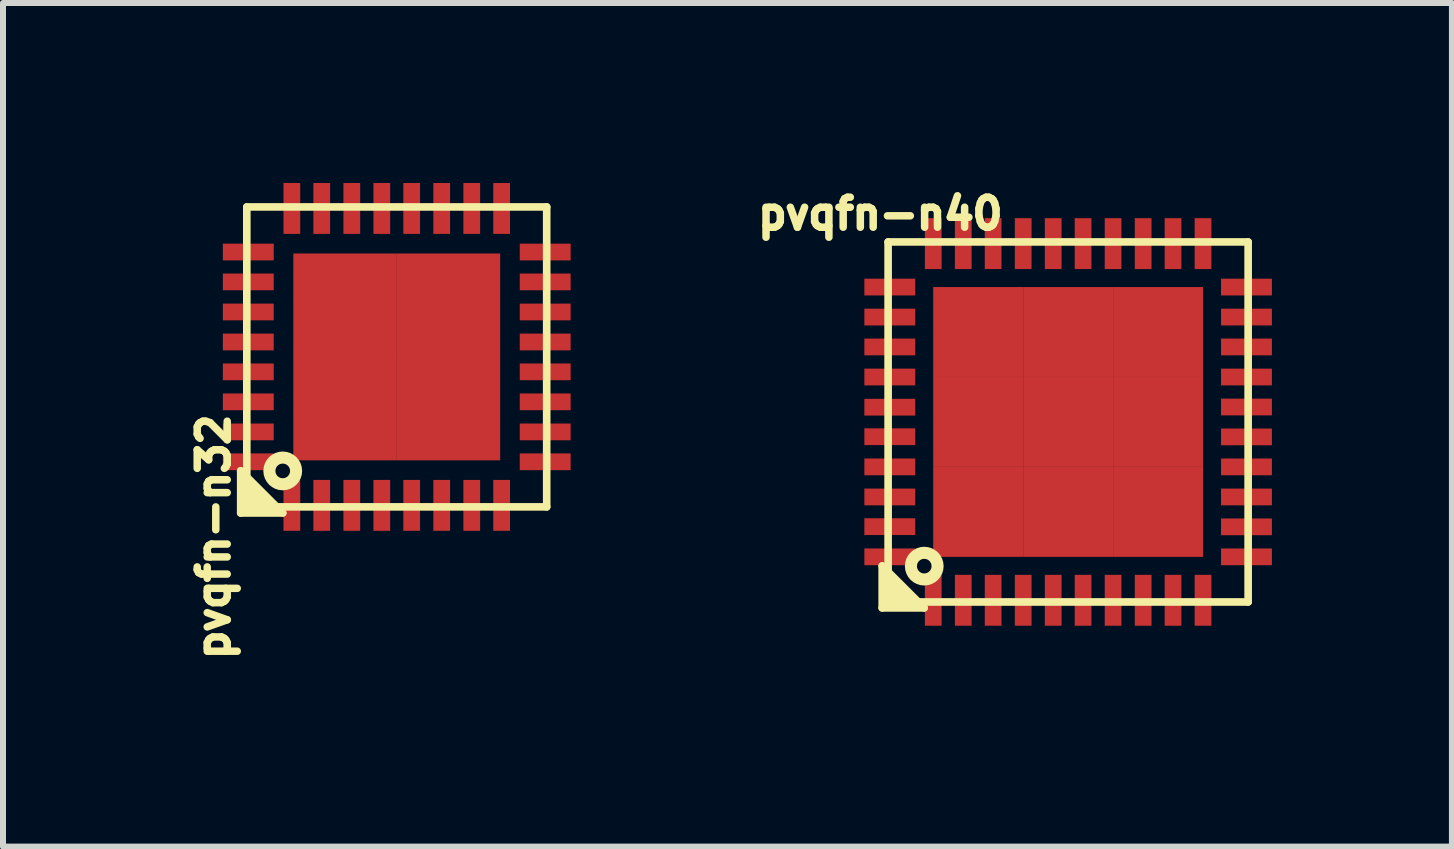
<source format=kicad_pcb>
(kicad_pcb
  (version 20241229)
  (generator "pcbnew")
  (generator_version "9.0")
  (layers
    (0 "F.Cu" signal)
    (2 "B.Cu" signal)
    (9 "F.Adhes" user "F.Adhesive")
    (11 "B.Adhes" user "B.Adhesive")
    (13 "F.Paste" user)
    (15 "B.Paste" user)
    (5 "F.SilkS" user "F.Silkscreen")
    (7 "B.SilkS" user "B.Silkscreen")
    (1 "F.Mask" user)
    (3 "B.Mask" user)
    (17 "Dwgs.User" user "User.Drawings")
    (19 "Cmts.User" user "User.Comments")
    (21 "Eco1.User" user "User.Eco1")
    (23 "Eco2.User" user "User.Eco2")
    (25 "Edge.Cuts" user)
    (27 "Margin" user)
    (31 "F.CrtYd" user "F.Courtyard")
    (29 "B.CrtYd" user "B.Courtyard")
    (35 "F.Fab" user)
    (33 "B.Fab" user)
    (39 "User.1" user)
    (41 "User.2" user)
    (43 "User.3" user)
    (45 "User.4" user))
  (footprint "pvqfn-n32"
    (layer "F.Cu")
    (at 3.562 2.898)
    (property "Reference" "pvqfn-n32" (at -3.05 3 90) (layer "F.SilkS") (effects (font (size 0.5 0.5) (thickness 0.125))))
    (attr through_hole)
    (fp_line (start -2.601 1.9) (end -2.601 2.601) (stroke (width 0.127) (type solid)) (layer "F.SilkS"))
    (fp_line (start -2.601 2.601) (end -1.9 2.601) (stroke (width 0.127) (type solid)) (layer "F.SilkS"))
    (fp_line (start -2.502 2.2) (end -2.202 2.499) (stroke (width 0.127) (type solid)) (layer "F.SilkS"))
    (fp_line (start -2.499 -2.499) (end 2.499 -2.499) (stroke (width 0.127) (type solid)) (layer "F.SilkS"))
    (fp_line (start -2.499 2.499) (end -2.499 -2.499) (stroke (width 0.127) (type solid)) (layer "F.SilkS"))
    (fp_line (start -2.299 2.499) (end -2.499 2.299) (stroke (width 0.127) (type solid)) (layer "F.SilkS"))
    (fp_line (start -2.103 2.502) (end -2.502 2.103) (stroke (width 0.127) (type solid)) (layer "F.SilkS"))
    (fp_line (start -1.9 2.601) (end -2.601 1.9) (stroke (width 0.127) (type solid)) (layer "F.SilkS"))
    (fp_line (start 2.499 -2.499) (end 2.499 2.499) (stroke (width 0.127) (type solid)) (layer "F.SilkS"))
    (fp_line (start 2.499 2.499) (end -2.499 2.499) (stroke (width 0.127) (type solid)) (layer "F.SilkS"))
    (fp_circle (center -1.9 1.9) (end -1.702 2.002) (stroke (width 0.201) (type solid)) (fill no) (layer "F.SilkS"))
    (pad "1" smd rect (at -1.748 2.474) (size 0.279 0.848) (layers "F.Cu" "F.Mask" "F.Paste"))
    (pad "2" smd rect (at -1.25 2.474) (size 0.279 0.848) (layers "F.Cu" "F.Mask" "F.Paste"))
    (pad "3" smd rect (at -0.749 2.474) (size 0.279 0.848) (layers "F.Cu" "F.Mask" "F.Paste"))
    (pad "4" smd rect (at -0.249 2.474) (size 0.279 0.848) (layers "F.Cu" "F.Mask" "F.Paste"))
    (pad "5" smd rect (at 0.249 2.474) (size 0.279 0.848) (layers "F.Cu" "F.Mask" "F.Paste"))
    (pad "6" smd rect (at 0.749 2.474) (size 0.279 0.848) (layers "F.Cu" "F.Mask" "F.Paste"))
    (pad "7" smd rect (at 1.25 2.474) (size 0.279 0.848) (layers "F.Cu" "F.Mask" "F.Paste"))
    (pad "8" smd rect (at 1.748 2.474) (size 0.279 0.848) (layers "F.Cu" "F.Mask" "F.Paste"))
    (pad "9" smd rect (at 2.474 1.748) (size 0.848 0.279) (layers "F.Cu" "F.Mask" "F.Paste"))
    (pad "10" smd rect (at 2.474 1.25) (size 0.848 0.279) (layers "F.Cu" "F.Mask" "F.Paste"))
    (pad "11" smd rect (at 2.474 0.749) (size 0.848 0.279) (layers "F.Cu" "F.Mask" "F.Paste"))
    (pad "12" smd rect (at 2.474 0.249) (size 0.848 0.279) (layers "F.Cu" "F.Mask" "F.Paste"))
    (pad "13" smd rect (at 2.474 -0.249) (size 0.848 0.279) (layers "F.Cu" "F.Mask" "F.Paste"))
    (pad "14" smd rect (at 2.474 -0.749) (size 0.848 0.279) (layers "F.Cu" "F.Mask" "F.Paste"))
    (pad "15" smd rect (at 2.474 -1.25) (size 0.848 0.279) (layers "F.Cu" "F.Mask" "F.Paste"))
    (pad "16" smd rect (at 2.474 -1.748) (size 0.848 0.279) (layers "F.Cu" "F.Mask" "F.Paste"))
    (pad "17" smd rect (at 1.748 -2.474) (size 0.279 0.848) (layers "F.Cu" "F.Mask" "F.Paste"))
    (pad "18" smd rect (at 1.25 -2.474) (size 0.279 0.848) (layers "F.Cu" "F.Mask" "F.Paste"))
    (pad "19" smd rect (at 0.749 -2.474) (size 0.279 0.848) (layers "F.Cu" "F.Mask" "F.Paste"))
    (pad "20" smd rect (at 0.249 -2.474) (size 0.279 0.848) (layers "F.Cu" "F.Mask" "F.Paste"))
    (pad "21" smd rect (at -0.249 -2.474) (size 0.279 0.848) (layers "F.Cu" "F.Mask" "F.Paste"))
    (pad "22" smd rect (at -0.749 -2.474) (size 0.279 0.848) (layers "F.Cu" "F.Mask" "F.Paste"))
    (pad "23" smd rect (at -1.25 -2.474) (size 0.279 0.848) (layers "F.Cu" "F.Mask" "F.Paste"))
    (pad "24" smd rect (at -1.748 -2.474) (size 0.279 0.848) (layers "F.Cu" "F.Mask" "F.Paste"))
    (pad "25" smd rect (at -2.474 -1.748) (size 0.848 0.279) (layers "F.Cu" "F.Mask" "F.Paste"))
    (pad "26" smd rect (at -2.474 -1.25) (size 0.848 0.279) (layers "F.Cu" "F.Mask" "F.Paste"))
    (pad "27" smd rect (at -2.474 -0.749) (size 0.848 0.279) (layers "F.Cu" "F.Mask" "F.Paste"))
    (pad "28" smd rect (at -2.474 -0.249) (size 0.848 0.279) (layers "F.Cu" "F.Mask" "F.Paste"))
    (pad "29" smd rect (at -2.474 0.249) (size 0.848 0.279) (layers "F.Cu" "F.Mask" "F.Paste"))
    (pad "30" smd rect (at -2.474 0.749) (size 0.848 0.279) (layers "F.Cu" "F.Mask" "F.Paste"))
    (pad "31" smd rect (at -2.474 1.25) (size 0.848 0.279) (layers "F.Cu" "F.Mask" "F.Paste"))
    (pad "32" smd rect (at -2.474 1.748) (size 0.848 0.279) (layers "F.Cu" "F.Mask" "F.Paste"))
    (pad "33" smd rect (at -0.861 -0.861) (size 1.725 1.725) (layers "F.Cu" "F.Mask" "F.Paste"))
    (pad "33" smd rect (at -0.861 0.861) (size 1.725 1.725) (layers "F.Cu" "F.Mask" "F.Paste"))
    (pad "33" smd rect (at 0.861 -0.861) (size 1.725 1.725) (layers "F.Cu" "F.Mask" "F.Paste"))
    (pad "33" smd rect (at 0.861 0.861) (size 1.725 1.725) (layers "F.Cu" "F.Mask" "F.Paste")))
  (footprint "pvqfn-n40"
    (layer "F.Cu")
    (at 14.751 3.982)
    (property "Reference" "pvqfn-n40" (at -3.13 -3.47 0) (layer "F.SilkS") (effects (font (size 0.5 0.5) (thickness 0.125))))
    (attr through_hole)
    (fp_line (start -3.099 2.4) (end -3.099 3.099) (stroke (width 0.127) (type solid)) (layer "F.SilkS"))
    (fp_line (start -3.099 3.099) (end -2.4 3.099) (stroke (width 0.127) (type solid)) (layer "F.SilkS"))
    (fp_line (start -3 -3) (end 3 -3) (stroke (width 0.127) (type solid)) (layer "F.SilkS"))
    (fp_line (start -3 2.7) (end -2.7 3) (stroke (width 0.127) (type solid)) (layer "F.SilkS"))
    (fp_line (start -3 3) (end -3 -3) (stroke (width 0.127) (type solid)) (layer "F.SilkS"))
    (fp_line (start -2.797 3) (end -2.997 2.799) (stroke (width 0.127) (type solid)) (layer "F.SilkS"))
    (fp_line (start -2.601 3.002) (end -3 2.603) (stroke (width 0.127) (type solid)) (layer "F.SilkS"))
    (fp_line (start -2.4 3.099) (end -3.099 2.4) (stroke (width 0.127) (type solid)) (layer "F.SilkS"))
    (fp_line (start 3 -3) (end 3 3) (stroke (width 0.127) (type solid)) (layer "F.SilkS"))
    (fp_line (start 3 3) (end -3 3) (stroke (width 0.127) (type solid)) (layer "F.SilkS"))
    (fp_circle (center -2.398 2.403) (end -2.2 2.504) (stroke (width 0.201) (type solid)) (fill no) (layer "F.SilkS"))
    (pad "1" smd rect (at -2.248 2.972) (size 0.279 0.848) (layers "F.Cu" "F.Mask" "F.Paste"))
    (pad "2" smd rect (at -1.748 2.972) (size 0.279 0.848) (layers "F.Cu" "F.Mask" "F.Paste"))
    (pad "3" smd rect (at -1.25 2.972) (size 0.279 0.848) (layers "F.Cu" "F.Mask" "F.Paste"))
    (pad "4" smd rect (at -0.749 2.972) (size 0.279 0.848) (layers "F.Cu" "F.Mask" "F.Paste"))
    (pad "5" smd rect (at -0.249 2.972) (size 0.279 0.848) (layers "F.Cu" "F.Mask" "F.Paste"))
    (pad "6" smd rect (at 0.249 2.972) (size 0.279 0.848) (layers "F.Cu" "F.Mask" "F.Paste"))
    (pad "7" smd rect (at 0.749 2.972) (size 0.279 0.848) (layers "F.Cu" "F.Mask" "F.Paste"))
    (pad "8" smd rect (at 1.25 2.972) (size 0.279 0.848) (layers "F.Cu" "F.Mask" "F.Paste"))
    (pad "9" smd rect (at 1.748 2.972) (size 0.279 0.848) (layers "F.Cu" "F.Mask" "F.Paste"))
    (pad "10" smd rect (at 2.248 2.972) (size 0.279 0.848) (layers "F.Cu" "F.Mask" "F.Paste"))
    (pad "11" smd rect (at 2.972 2.248) (size 0.848 0.279) (layers "F.Cu" "F.Mask" "F.Paste"))
    (pad "12" smd rect (at 2.972 1.748) (size 0.848 0.279) (layers "F.Cu" "F.Mask" "F.Paste"))
    (pad "13" smd rect (at 2.972 1.25) (size 0.848 0.279) (layers "F.Cu" "F.Mask" "F.Paste"))
    (pad "14" smd rect (at 2.972 0.749) (size 0.848 0.279) (layers "F.Cu" "F.Mask" "F.Paste"))
    (pad "15" smd rect (at 2.972 0.249) (size 0.848 0.279) (layers "F.Cu" "F.Mask" "F.Paste"))
    (pad "16" smd rect (at 2.972 -0.249) (size 0.848 0.279) (layers "F.Cu" "F.Mask" "F.Paste"))
    (pad "17" smd rect (at 2.972 -0.749) (size 0.848 0.279) (layers "F.Cu" "F.Mask" "F.Paste"))
    (pad "18" smd rect (at 2.972 -1.25) (size 0.848 0.279) (layers "F.Cu" "F.Mask" "F.Paste"))
    (pad "19" smd rect (at 2.972 -1.748) (size 0.848 0.279) (layers "F.Cu" "F.Mask" "F.Paste"))
    (pad "20" smd rect (at 2.972 -2.248) (size 0.848 0.279) (layers "F.Cu" "F.Mask" "F.Paste"))
    (pad "21" smd rect (at 2.248 -2.972) (size 0.279 0.848) (layers "F.Cu" "F.Mask" "F.Paste"))
    (pad "22" smd rect (at 1.748 -2.972) (size 0.279 0.848) (layers "F.Cu" "F.Mask" "F.Paste"))
    (pad "23" smd rect (at 1.25 -2.972) (size 0.279 0.848) (layers "F.Cu" "F.Mask" "F.Paste"))
    (pad "24" smd rect (at 0.749 -2.972) (size 0.279 0.848) (layers "F.Cu" "F.Mask" "F.Paste"))
    (pad "25" smd rect (at 0.249 -2.972) (size 0.279 0.848) (layers "F.Cu" "F.Mask" "F.Paste"))
    (pad "26" smd rect (at -0.249 -2.972) (size 0.279 0.848) (layers "F.Cu" "F.Mask" "F.Paste"))
    (pad "27" smd rect (at -0.749 -2.972) (size 0.279 0.848) (layers "F.Cu" "F.Mask" "F.Paste"))
    (pad "28" smd rect (at -1.25 -2.972) (size 0.279 0.848) (layers "F.Cu" "F.Mask" "F.Paste"))
    (pad "29" smd rect (at -1.748 -2.972) (size 0.279 0.848) (layers "F.Cu" "F.Mask" "F.Paste"))
    (pad "30" smd rect (at -2.248 -2.972) (size 0.279 0.848) (layers "F.Cu" "F.Mask" "F.Paste"))
    (pad "31" smd rect (at -2.972 -2.248) (size 0.848 0.279) (layers "F.Cu" "F.Mask" "F.Paste"))
    (pad "32" smd rect (at -2.972 -1.748) (size 0.848 0.279) (layers "F.Cu" "F.Mask" "F.Paste"))
    (pad "33" smd rect (at -2.972 -1.25) (size 0.848 0.279) (layers "F.Cu" "F.Mask" "F.Paste"))
    (pad "34" smd rect (at -2.972 -0.749) (size 0.848 0.279) (layers "F.Cu" "F.Mask" "F.Paste"))
    (pad "35" smd rect (at -2.972 -0.246) (size 0.848 0.279) (layers "F.Cu" "F.Mask" "F.Paste"))
    (pad "36" smd rect (at -2.972 0.246) (size 0.848 0.279) (layers "F.Cu" "F.Mask" "F.Paste"))
    (pad "37" smd rect (at -2.972 0.749) (size 0.848 0.279) (layers "F.Cu" "F.Mask" "F.Paste"))
    (pad "38" smd rect (at -2.972 1.25) (size 0.848 0.279) (layers "F.Cu" "F.Mask" "F.Paste"))
    (pad "39" smd rect (at -2.972 1.745) (size 0.848 0.279) (layers "F.Cu" "F.Mask" "F.Paste"))
    (pad "40" smd rect (at -2.972 2.248) (size 0.848 0.279) (layers "F.Cu" "F.Mask" "F.Paste"))
    (pad "41" smd rect (at -1.499 -1.499) (size 1.499 1.499) (layers "F.Cu" "F.Mask" "F.Paste"))
    (pad "41" smd rect (at -1.499 0) (size 1.499 1.499) (layers "F.Cu" "F.Mask" "F.Paste"))
    (pad "41" smd rect (at -1.499 1.499) (size 1.499 1.499) (layers "F.Cu" "F.Mask" "F.Paste"))
    (pad "41" smd rect (at 0 -1.499) (size 1.499 1.499) (layers "F.Cu" "F.Mask" "F.Paste"))
    (pad "41" smd rect (at 0 0) (size 1.499 1.499) (layers "F.Cu" "F.Mask" "F.Paste"))
    (pad "41" smd rect (at 0 1.499) (size 1.499 1.499) (layers "F.Cu" "F.Mask" "F.Paste"))
    (pad "41" smd rect (at 1.499 -1.499) (size 1.499 1.499) (layers "F.Cu" "F.Mask" "F.Paste"))
    (pad "41" smd rect (at 1.499 0) (size 1.499 1.499) (layers "F.Cu" "F.Mask" "F.Paste"))
    (pad "41" smd rect (at 1.499 1.499) (size 1.499 1.499) (layers "F.Cu" "F.Mask" "F.Paste")))
  (gr_rect
    (start -3 -3)
    (end 21.147 11.059)
    (stroke (width 0.1) (type default))
    (fill no)
    (layer "Edge.Cuts")))
</source>
